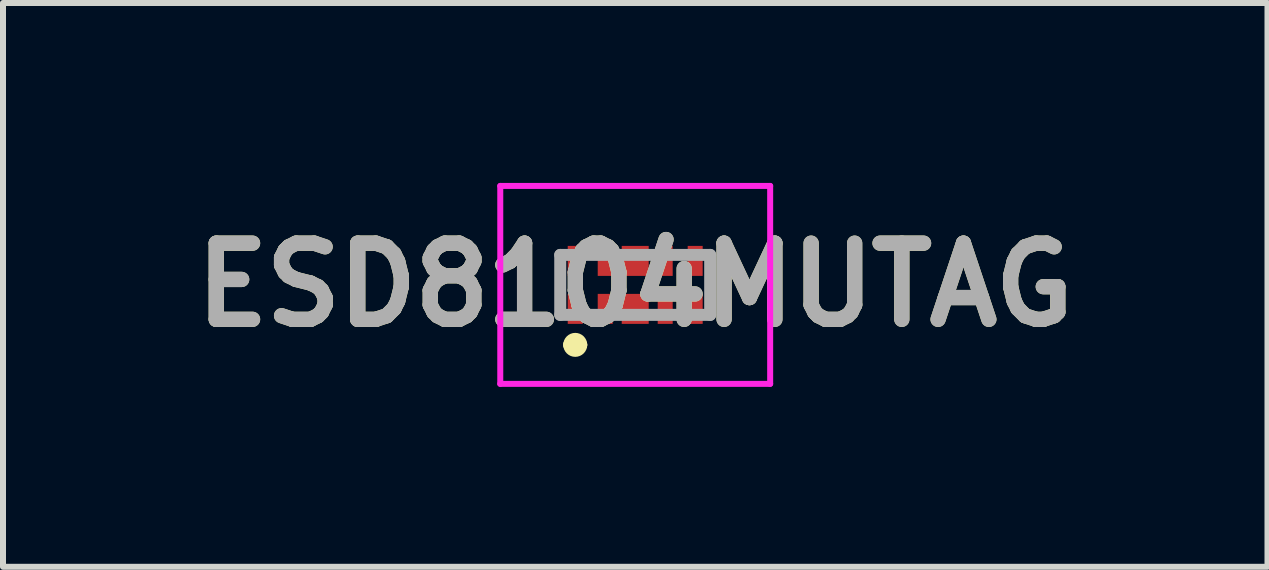
<source format=kicad_pcb>
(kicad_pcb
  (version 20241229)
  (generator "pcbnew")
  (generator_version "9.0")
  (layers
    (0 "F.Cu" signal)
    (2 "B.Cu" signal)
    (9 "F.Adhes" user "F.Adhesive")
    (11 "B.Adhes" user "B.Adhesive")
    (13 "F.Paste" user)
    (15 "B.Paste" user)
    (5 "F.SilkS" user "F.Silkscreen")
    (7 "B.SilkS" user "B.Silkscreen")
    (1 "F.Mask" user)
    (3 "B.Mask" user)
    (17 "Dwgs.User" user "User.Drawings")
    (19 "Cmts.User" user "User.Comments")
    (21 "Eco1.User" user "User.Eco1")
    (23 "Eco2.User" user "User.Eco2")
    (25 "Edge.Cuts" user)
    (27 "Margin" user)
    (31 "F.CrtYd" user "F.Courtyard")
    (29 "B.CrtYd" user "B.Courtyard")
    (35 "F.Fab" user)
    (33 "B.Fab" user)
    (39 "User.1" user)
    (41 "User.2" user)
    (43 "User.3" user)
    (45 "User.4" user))
  (footprint "ESD8104MUTAG"
    (layer "F.Cu")
    (at 7.541 1.7)
    (property "Reference" "ESD8104MUTAG" (at 0 0 0) (layer "F.SilkS") (effects (font (size 1.27 1.27) (thickness 0.254))))
    (attr smd)
    (fp_line (start -1.25 -0.5) (end -1.25 0.5) (stroke (width 0.1) (type solid)) (layer "F.SilkS"))
    (fp_line (start -1.1 1) (end -1.1 1) (stroke (width 0.2) (type solid)) (layer "F.SilkS"))
    (fp_line (start -0.9 1) (end -0.9 1) (stroke (width 0.2) (type solid)) (layer "F.SilkS"))
    (fp_line (start 1.25 -0.5) (end 1.25 0.5) (stroke (width 0.1) (type solid)) (layer "F.SilkS"))
    (fp_arc (start -1.1 1) (mid -1 0.9) (end -0.9 1) (stroke (width 0.2) (type solid)) (layer "F.SilkS"))
    (fp_arc (start -0.9 1) (mid -1 1.1) (end -1.1 1) (stroke (width 0.2) (type solid)) (layer "F.SilkS"))
    (fp_line (start -2.25 -1.65) (end 2.25 -1.65) (stroke (width 0.1) (type solid)) (layer "F.CrtYd"))
    (fp_line (start -2.25 1.65) (end -2.25 -1.65) (stroke (width 0.1) (type solid)) (layer "F.CrtYd"))
    (fp_line (start 2.25 -1.65) (end 2.25 1.65) (stroke (width 0.1) (type solid)) (layer "F.CrtYd"))
    (fp_line (start 2.25 1.65) (end -2.25 1.65) (stroke (width 0.1) (type solid)) (layer "F.CrtYd"))
    (fp_line (start -1.25 -0.5) (end 1.25 -0.5) (stroke (width 0.2) (type solid)) (layer "F.Fab"))
    (fp_line (start -1.25 0.5) (end -1.25 -0.5) (stroke (width 0.2) (type solid)) (layer "F.Fab"))
    (fp_line (start 1.25 -0.5) (end 1.25 0.5) (stroke (width 0.2) (type solid)) (layer "F.Fab"))
    (fp_line (start 1.25 0.5) (end -1.25 0.5) (stroke (width 0.2) (type solid)) (layer "F.Fab"))
    (fp_text user "${REFERENCE}" (at 0 0 0) (layer "F.Fab") (effects (font (size 1.27 1.27) (thickness 0.254))))
    (pad "1" smd rect (at -1 0.4) (size 0.25 0.5) (layers "F.Cu" "F.Mask" "F.Paste"))
    (pad "2" smd rect (at -0.5 0.4) (size 0.25 0.5) (layers "F.Cu" "F.Mask" "F.Paste"))
    (pad "3" smd rect (at 0 0.4) (size 0.45 0.5) (layers "F.Cu" "F.Mask" "F.Paste"))
    (pad "4" smd rect (at 0.5 0.4) (size 0.25 0.5) (layers "F.Cu" "F.Mask" "F.Paste"))
    (pad "5" smd rect (at 1 0.4) (size 0.25 0.5) (layers "F.Cu" "F.Mask" "F.Paste"))
    (pad "6" smd rect (at 1 -0.4) (size 0.25 0.5) (layers "F.Cu" "F.Mask" "F.Paste"))
    (pad "7" smd rect (at 0.5 -0.4) (size 0.25 0.5) (layers "F.Cu" "F.Mask" "F.Paste"))
    (pad "8" smd rect (at 0 -0.4) (size 0.45 0.5) (layers "F.Cu" "F.Mask" "F.Paste"))
    (pad "9" smd rect (at -0.5 -0.4) (size 0.25 0.5) (layers "F.Cu" "F.Mask" "F.Paste"))
    (pad "10" smd rect (at -1 -0.4) (size 0.25 0.5) (layers "F.Cu" "F.Mask" "F.Paste")))
  (gr_rect
    (start -3 -3)
    (end 18.083 6.4)
    (stroke (width 0.1) (type default))
    (fill no)
    (layer "Edge.Cuts")))
</source>
